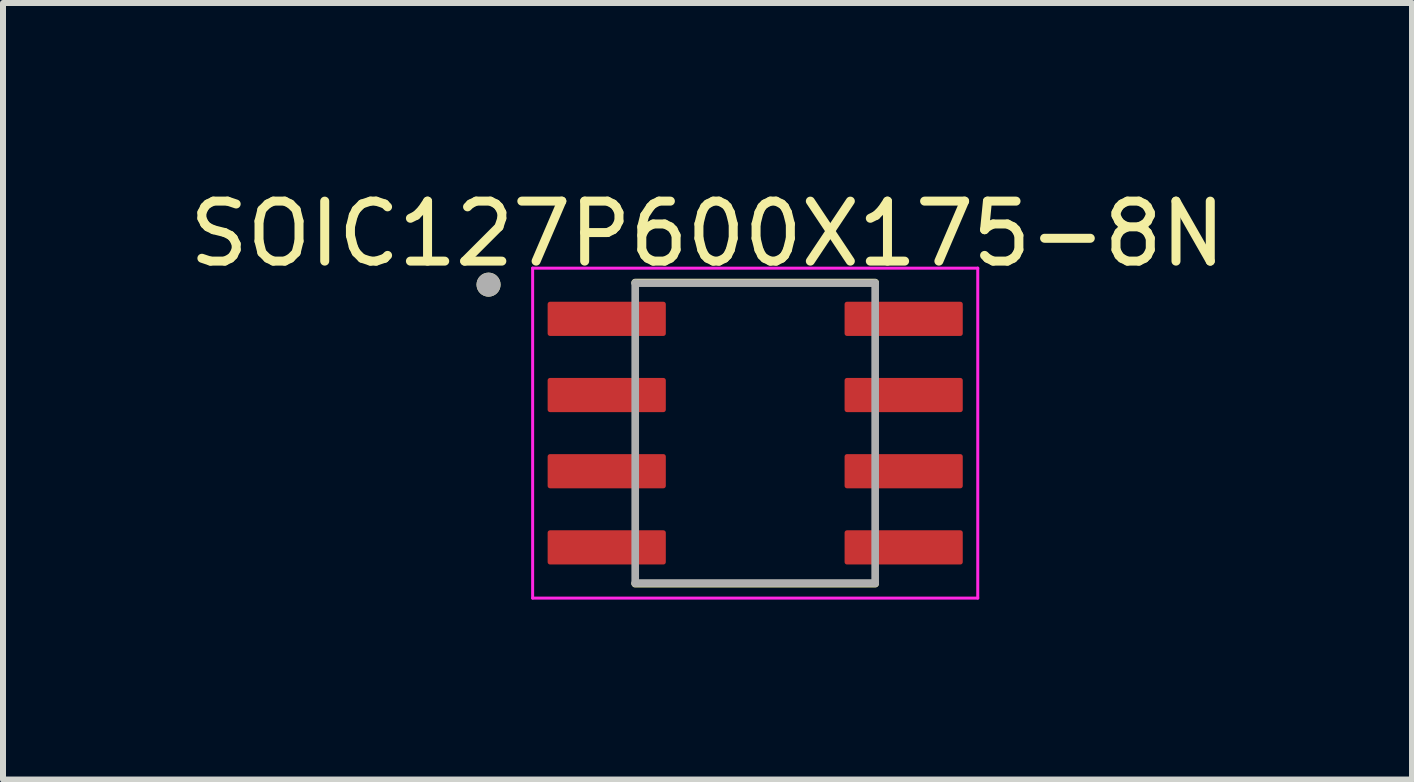
<source format=kicad_pcb>
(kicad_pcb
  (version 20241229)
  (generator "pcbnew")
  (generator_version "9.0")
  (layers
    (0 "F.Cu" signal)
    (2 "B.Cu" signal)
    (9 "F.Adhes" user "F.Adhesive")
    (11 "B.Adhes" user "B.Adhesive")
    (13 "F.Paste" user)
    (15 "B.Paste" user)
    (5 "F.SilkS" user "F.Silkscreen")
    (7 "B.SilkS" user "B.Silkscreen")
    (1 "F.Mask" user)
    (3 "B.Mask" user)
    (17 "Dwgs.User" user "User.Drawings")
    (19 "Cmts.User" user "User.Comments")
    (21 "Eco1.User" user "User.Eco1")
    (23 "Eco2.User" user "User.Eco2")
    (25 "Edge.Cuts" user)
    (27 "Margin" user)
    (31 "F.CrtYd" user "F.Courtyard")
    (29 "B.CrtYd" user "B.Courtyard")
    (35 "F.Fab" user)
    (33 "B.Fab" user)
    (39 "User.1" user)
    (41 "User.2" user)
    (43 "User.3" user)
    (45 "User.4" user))
  (footprint "SOIC127P600X175-8N"
    (layer "F.Cu")
    (at 9.539 4.17)
    (property "Reference" "SOIC127P600X175-8N" (at -0.795 -3.322 0) (layer "F.SilkS") (effects (font (size 1 1) (thickness 0.15))))
    (attr smd)
    (fp_line (start -2 -2.51) (end 2 -2.51) (stroke (width 0.127) (type solid)) (layer "F.SilkS"))
    (fp_line (start -2 2.51) (end 2 2.51) (stroke (width 0.127) (type solid)) (layer "F.SilkS"))
    (fp_circle (center -4.445 -2.475) (end -4.345 -2.475) (stroke (width 0.2) (type solid)) (fill no) (layer "F.SilkS"))
    (fp_line (start -3.71 -2.75) (end -3.71 2.75) (stroke (width 0.05) (type solid)) (layer "F.CrtYd"))
    (fp_line (start -3.71 -2.75) (end 3.71 -2.75) (stroke (width 0.05) (type solid)) (layer "F.CrtYd"))
    (fp_line (start -3.71 2.75) (end 3.71 2.75) (stroke (width 0.05) (type solid)) (layer "F.CrtYd"))
    (fp_line (start 3.71 -2.75) (end 3.71 2.75) (stroke (width 0.05) (type solid)) (layer "F.CrtYd"))
    (fp_line (start -2 -2.5) (end -2 2.5) (stroke (width 0.127) (type solid)) (layer "F.Fab"))
    (fp_line (start -2 -2.5) (end 2 -2.5) (stroke (width 0.127) (type solid)) (layer "F.Fab"))
    (fp_line (start -2 2.5) (end 2 2.5) (stroke (width 0.127) (type solid)) (layer "F.Fab"))
    (fp_line (start 2 -2.5) (end 2 2.5) (stroke (width 0.127) (type solid)) (layer "F.Fab"))
    (fp_circle (center -4.445 -2.475) (end -4.345 -2.475) (stroke (width 0.2) (type solid)) (fill no) (layer "F.Fab"))
    (pad "1" smd roundrect (at -2.475 -1.905) (size 1.97 0.57) (layers "F.Cu" "F.Mask" "F.Paste") (roundrect_rratio 0.07))
    (pad "2" smd roundrect (at -2.475 -0.635) (size 1.97 0.57) (layers "F.Cu" "F.Mask" "F.Paste") (roundrect_rratio 0.07))
    (pad "3" smd roundrect (at -2.475 0.635) (size 1.97 0.57) (layers "F.Cu" "F.Mask" "F.Paste") (roundrect_rratio 0.07))
    (pad "4" smd roundrect (at -2.475 1.905) (size 1.97 0.57) (layers "F.Cu" "F.Mask" "F.Paste") (roundrect_rratio 0.07))
    (pad "5" smd roundrect (at 2.475 1.905) (size 1.97 0.57) (layers "F.Cu" "F.Mask" "F.Paste") (roundrect_rratio 0.07))
    (pad "6" smd roundrect (at 2.475 0.635) (size 1.97 0.57) (layers "F.Cu" "F.Mask" "F.Paste") (roundrect_rratio 0.07))
    (pad "7" smd roundrect (at 2.475 -0.635) (size 1.97 0.57) (layers "F.Cu" "F.Mask" "F.Paste") (roundrect_rratio 0.07))
    (pad "8" smd roundrect (at 2.475 -1.905) (size 1.97 0.57) (layers "F.Cu" "F.Mask" "F.Paste") (roundrect_rratio 0.07)))
  (gr_rect
    (start -3 -3)
    (end 20.488 9.945)
    (stroke (width 0.1) (type default))
    (fill no)
    (layer "Edge.Cuts")))
</source>
